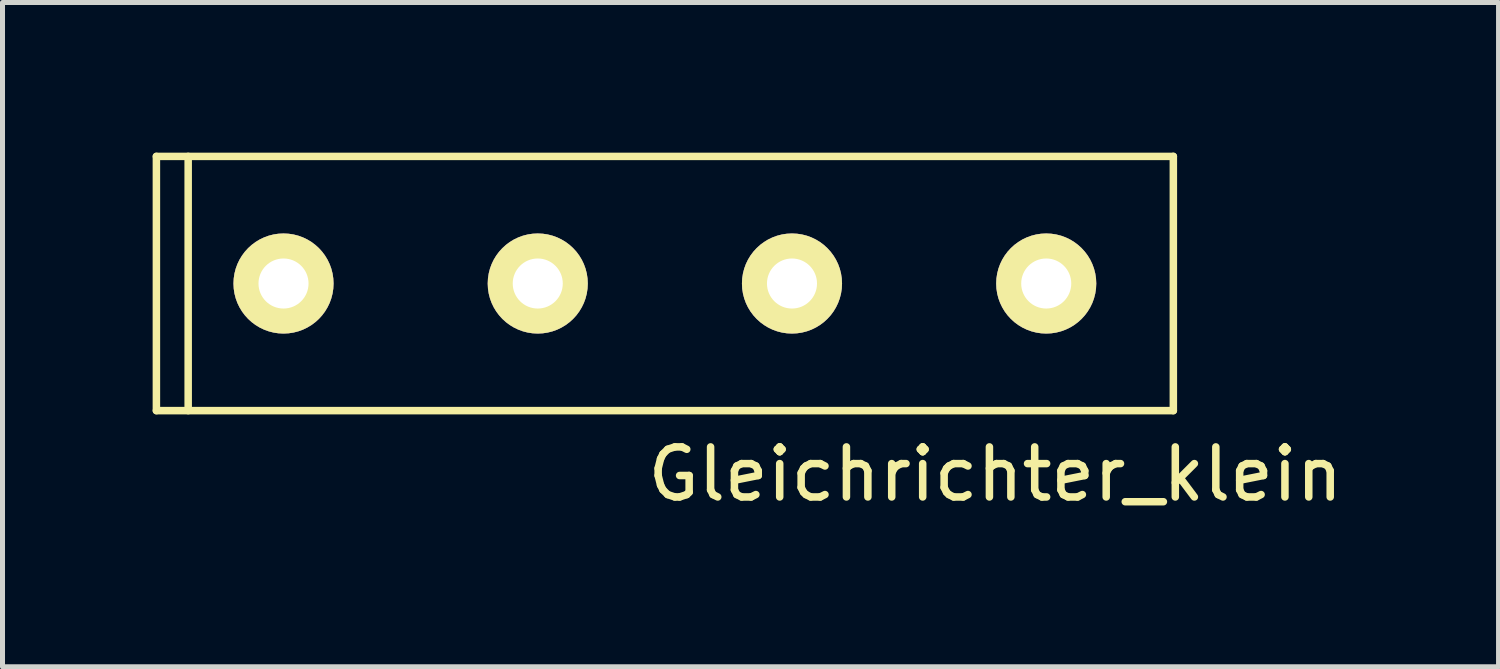
<source format=kicad_pcb>
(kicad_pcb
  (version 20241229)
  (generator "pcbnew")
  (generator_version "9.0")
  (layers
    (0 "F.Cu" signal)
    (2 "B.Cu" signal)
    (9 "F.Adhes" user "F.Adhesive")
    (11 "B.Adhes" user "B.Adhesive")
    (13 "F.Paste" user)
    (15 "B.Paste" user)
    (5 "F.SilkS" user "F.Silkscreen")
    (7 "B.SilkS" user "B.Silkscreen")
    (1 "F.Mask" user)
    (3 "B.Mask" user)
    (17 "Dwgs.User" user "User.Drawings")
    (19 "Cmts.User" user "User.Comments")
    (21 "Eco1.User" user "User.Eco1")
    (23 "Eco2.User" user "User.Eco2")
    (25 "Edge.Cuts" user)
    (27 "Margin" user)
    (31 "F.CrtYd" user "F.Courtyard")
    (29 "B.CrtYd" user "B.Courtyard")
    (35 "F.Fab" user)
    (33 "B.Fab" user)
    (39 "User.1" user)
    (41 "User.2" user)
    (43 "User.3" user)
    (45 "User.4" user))
  (footprint "Gleichrichter_klein"
    (layer "F.Cu")
    (at 10.235 2.615)
    (property "Reference" "Gleichrichter_klein" (at 6.604 3.81 0) (layer "F.SilkS") (effects (font (size 1 1) (thickness 0.15))))
    (attr through_hole)
    (fp_line (start -10.16 -2.54) (end -10.16 2.54) (stroke (width 0.15) (type solid)) (layer "F.SilkS"))
    (fp_line (start -10.16 2.54) (end 10.16 2.54) (stroke (width 0.15) (type solid)) (layer "F.SilkS"))
    (fp_line (start -9.525 2.54) (end -9.525 -2.54) (stroke (width 0.15) (type solid)) (layer "F.SilkS"))
    (fp_line (start 10.16 -2.54) (end -10.16 -2.54) (stroke (width 0.15) (type solid)) (layer "F.SilkS"))
    (fp_line (start 10.16 2.54) (end 10.16 -2.54) (stroke (width 0.15) (type solid)) (layer "F.SilkS"))
    (pad "1" thru_hole circle (at -7.62 0) (size 2 2) (drill 1) (layers "*.Cu" "*.Mask" "F.SilkS"))
    (pad "2" thru_hole circle (at -2.54 0) (size 2 2) (drill 1) (layers "*.Cu" "*.Mask" "F.SilkS"))
    (pad "3" thru_hole circle (at 7.62 0) (size 2 2) (drill 1) (layers "*.Cu" "*.Mask" "F.SilkS"))
    (pad "4" thru_hole circle (at 2.54 0) (size 2 2) (drill 1) (layers "*.Cu" "*.Mask" "F.SilkS")))
  (gr_rect
    (start -3 -3)
    (end 26.893 10.273)
    (stroke (width 0.1) (type default))
    (fill no)
    (layer "Edge.Cuts")))
</source>
